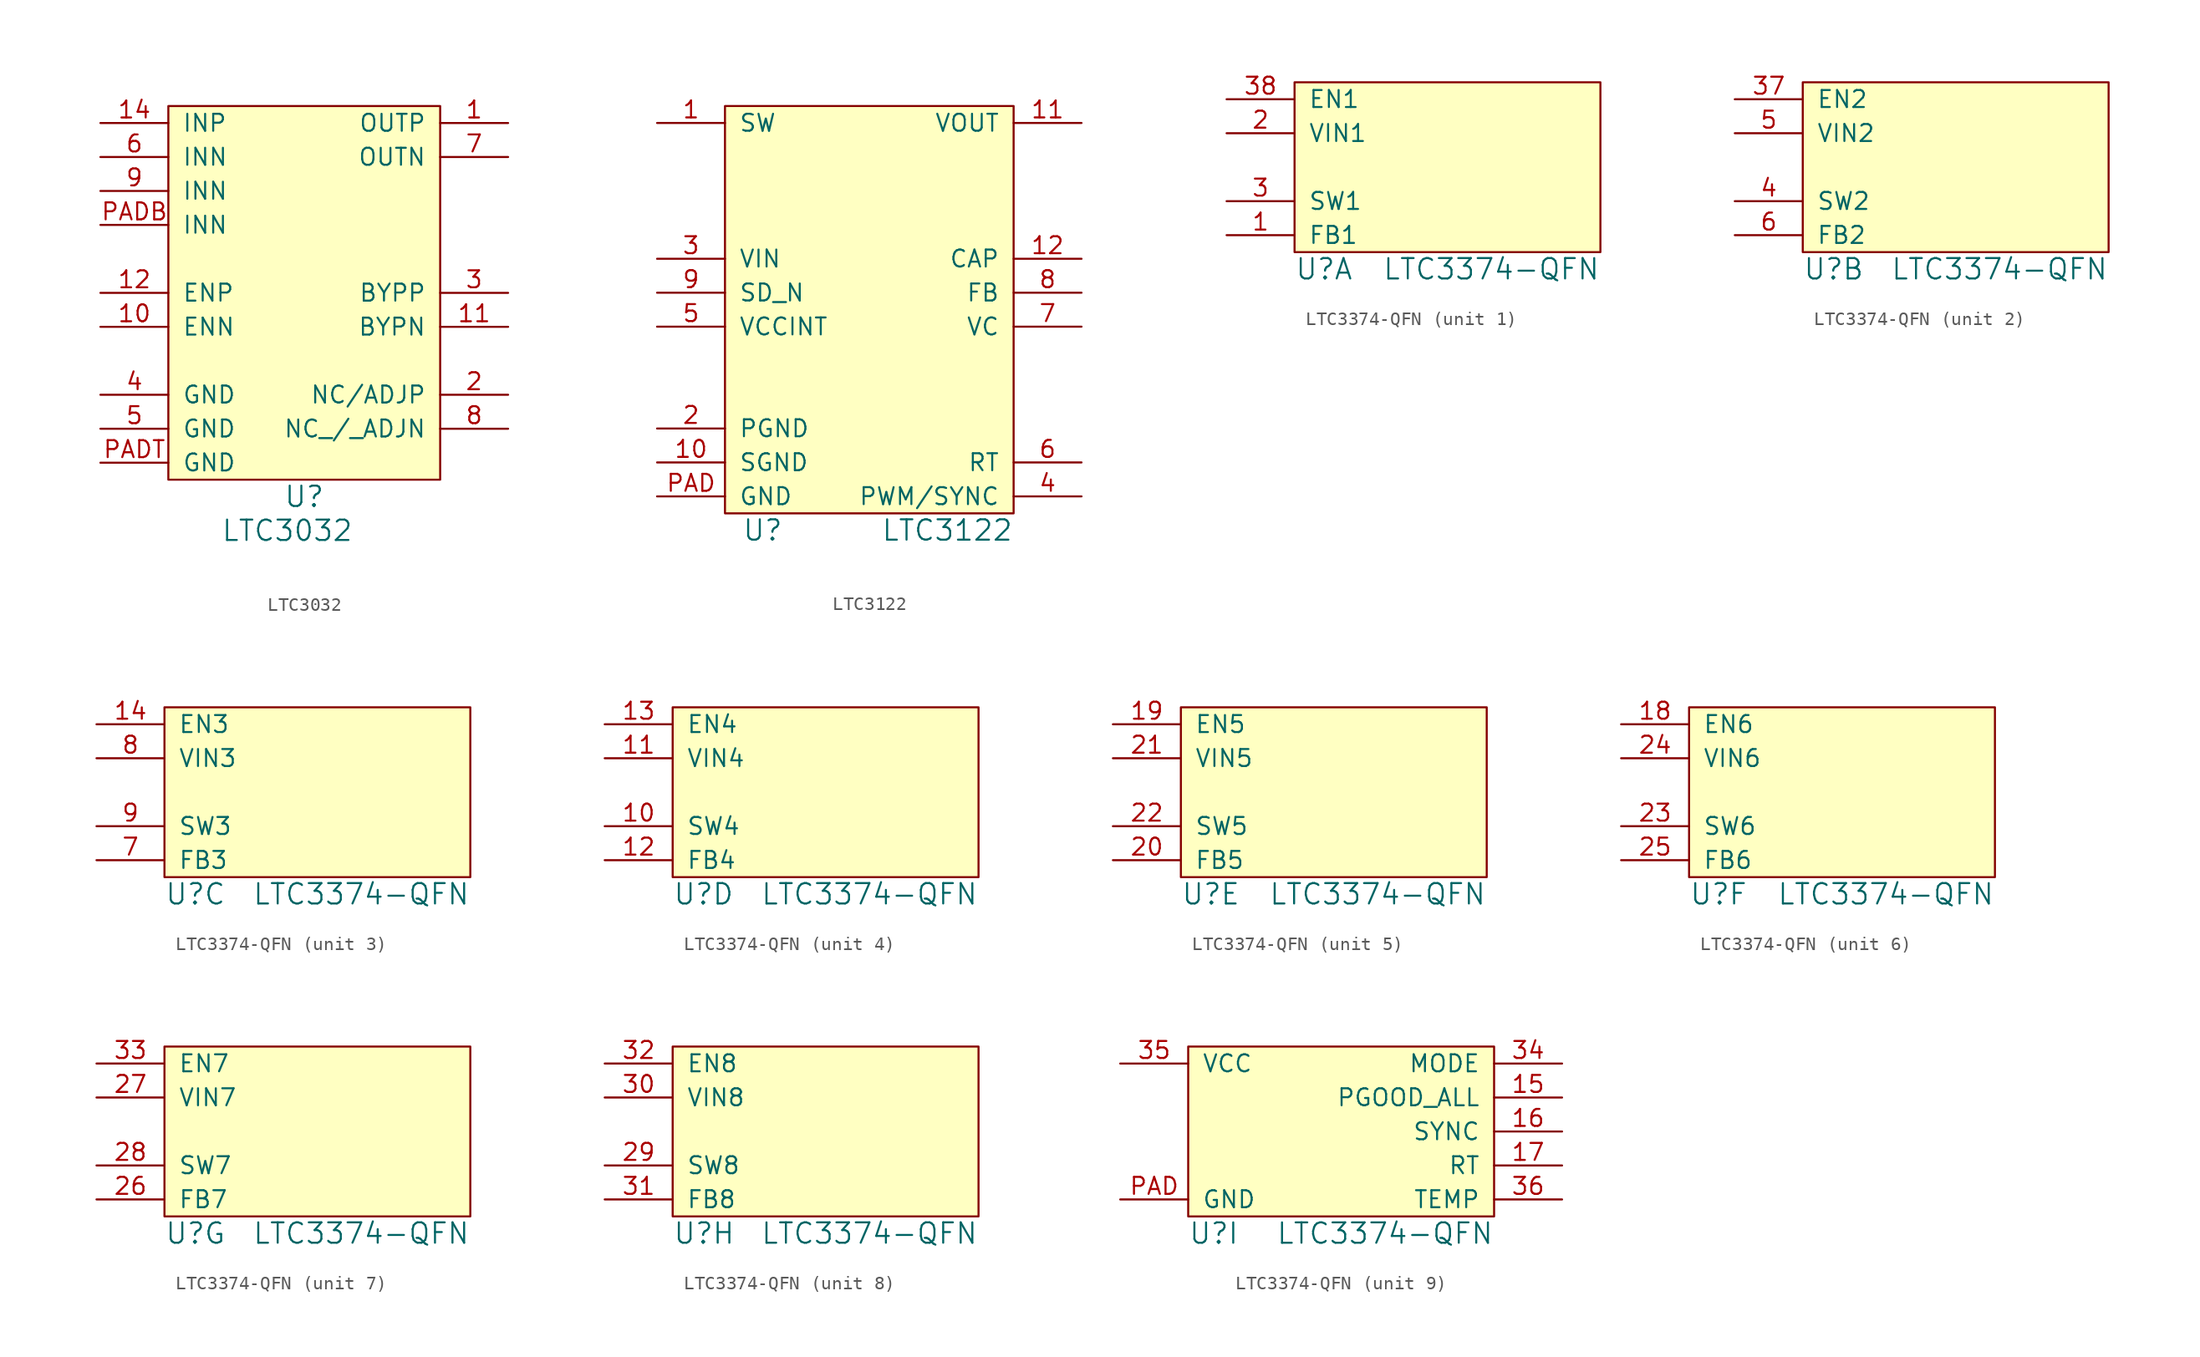
<source format=kicad_sym>
(kicad_symbol_lib
  (version 20231120)
  (generator "kicad_symbol_editor")
  (generator_version "8.0")
  (symbol "LTC3032"
    (pin_names
      (offset 1.016))
    (property "Reference" "U"
      (at 0 -1.27 0)
      (effects (font (size 1.524 1.524))))
    (property "Value" "LTC3032"
      (at -1.27 -3.81 0)
      (effects (font (size 1.524 1.524))))
    (symbol "LTC3032_0_1"
      (rectangle (start -10.16 27.94) (end 10.16 0) (stroke (width 0) (type default)) (fill (type background))))
    (symbol "LTC3032_1_1"
      (pin power_out line (at 15.24 26.67 180) (length 5.08) (name "OUTP" (effects (font (size 1.27 1.27)))) (number "1" (effects (font (size 1.27 1.27)))))
      (pin input line (at -15.24 11.43 0) (length 5.08) (name "ENN" (effects (font (size 1.27 1.27)))) (number "10" (effects (font (size 1.27 1.27)))))
      (pin passive line (at 15.24 11.43 180) (length 5.08) (name "BYPN" (effects (font (size 1.27 1.27)))) (number "11" (effects (font (size 1.27 1.27)))))
      (pin input line (at -15.24 13.97 0) (length 5.08) (name "ENP" (effects (font (size 1.27 1.27)))) (number "12" (effects (font (size 1.27 1.27)))))
      (pin power_in line (at -15.24 26.67 0) (length 5.08) (name "INP" (effects (font (size 1.27 1.27)))) (number "14" (effects (font (size 1.27 1.27)))))
      (pin passive line (at 15.24 6.35 180) (length 5.08) (name "NC/ADJP" (effects (font (size 1.27 1.27)))) (number "2" (effects (font (size 1.27 1.27)))))
      (pin passive line (at 15.24 13.97 180) (length 5.08) (name "BYPP" (effects (font (size 1.27 1.27)))) (number "3" (effects (font (size 1.27 1.27)))))
      (pin power_in line (at -15.24 6.35 0) (length 5.08) (name "GND" (effects (font (size 1.27 1.27)))) (number "4" (effects (font (size 1.27 1.27)))))
      (pin power_in line (at -15.24 3.81 0) (length 5.08) (name "GND" (effects (font (size 1.27 1.27)))) (number "5" (effects (font (size 1.27 1.27)))))
      (pin power_in line (at -15.24 24.13 0) (length 5.08) (name "INN" (effects (font (size 1.27 1.27)))) (number "6" (effects (font (size 1.27 1.27)))))
      (pin power_out line (at 15.24 24.13 180) (length 5.08) (name "OUTN" (effects (font (size 1.27 1.27)))) (number "7" (effects (font (size 1.27 1.27)))))
      (pin passive line (at 15.24 3.81 180) (length 5.08) (name "NC_/_ADJN" (effects (font (size 1.27 1.27)))) (number "8" (effects (font (size 1.27 1.27)))))
      (pin power_in line (at -15.24 21.59 0) (length 5.08) (name "INN" (effects (font (size 1.27 1.27)))) (number "9" (effects (font (size 1.27 1.27)))))
      (pin power_in line (at -15.24 19.05 0) (length 5.08) (name "INN" (effects (font (size 1.27 1.27)))) (number "PADB" (effects (font (size 1.27 1.27)))))
      (pin power_in line (at -15.24 1.27 0) (length 5.08) (name "GND" (effects (font (size 1.27 1.27)))) (number "PADT" (effects (font (size 1.27 1.27)))))))
  (symbol "LTC3122"
    (pin_names
      (offset 1.016))
    (property "Reference" "U"
      (at -7.62 -2.54 0)
      (effects (font (size 1.524 1.524)) (justify left)))
    (property "Value" "LTC3122"
      (at 12.7 -2.54 0)
      (effects (font (size 1.524 1.524)) (justify right)))
    (property "Footprint" ""
      (at 0 0 0)
      (effects (font (size 1.524 1.524))))
    (property "Datasheet" ""
      (at 0 0 0)
      (effects (font (size 1.524 1.524))))
    (symbol "LTC3122_0_1"
      (rectangle (start -8.89 29.21) (end 12.7 -1.27) (stroke (width 0) (type default)) (fill (type background))))
    (symbol "LTC3122_1_1"
      (pin power_out line (at -13.97 27.94 0) (length 5.08) (name "SW" (effects (font (size 1.27 1.27)))) (number "1" (effects (font (size 1.27 1.27)))))
      (pin power_in line (at -13.97 2.54 0) (length 5.08) (name "SGND" (effects (font (size 1.27 1.27)))) (number "10" (effects (font (size 1.27 1.27)))))
      (pin power_out line (at 17.78 27.94 180) (length 5.08) (name "VOUT" (effects (font (size 1.27 1.27)))) (number "11" (effects (font (size 1.27 1.27)))))
      (pin input line (at 17.78 17.78 180) (length 5.08) (name "CAP" (effects (font (size 1.27 1.27)))) (number "12" (effects (font (size 1.27 1.27)))))
      (pin power_in line (at -13.97 5.08 0) (length 5.08) (name "PGND" (effects (font (size 1.27 1.27)))) (number "2" (effects (font (size 1.27 1.27)))))
      (pin power_in line (at -13.97 17.78 0) (length 5.08) (name "VIN" (effects (font (size 1.27 1.27)))) (number "3" (effects (font (size 1.27 1.27)))))
      (pin input line (at 17.78 0 180) (length 5.08) (name "PWM/SYNC" (effects (font (size 1.27 1.27)))) (number "4" (effects (font (size 1.27 1.27)))))
      (pin power_out line (at -13.97 12.7 0) (length 5.08) (name "VCCINT" (effects (font (size 1.27 1.27)))) (number "5" (effects (font (size 1.27 1.27)))))
      (pin input line (at 17.78 2.54 180) (length 5.08) (name "RT" (effects (font (size 1.27 1.27)))) (number "6" (effects (font (size 1.27 1.27)))))
      (pin output line (at 17.78 12.7 180) (length 5.08) (name "VC" (effects (font (size 1.27 1.27)))) (number "7" (effects (font (size 1.27 1.27)))))
      (pin input line (at 17.78 15.24 180) (length 5.08) (name "FB" (effects (font (size 1.27 1.27)))) (number "8" (effects (font (size 1.27 1.27)))))
      (pin input line (at -13.97 15.24 0) (length 5.08) (name "SD_N" (effects (font (size 1.27 1.27)))) (number "9" (effects (font (size 1.27 1.27)))))
      (pin power_in line (at -13.97 0 0) (length 5.08) (name "GND" (effects (font (size 1.27 1.27)))) (number "PAD" (effects (font (size 1.27 1.27)))))))
  (symbol "LTC3374-QFN"
    (pin_names
      (offset 1.016))
    (property "Reference" "U"
      (at 0 -1.27 0)
      (effects (font (size 1.524 1.524)) (justify left)))
    (property "Value" "LTC3374-QFN"
      (at 22.86 -1.27 0)
      (effects (font (size 1.524 1.524)) (justify right)))
    (property "Footprint" ""
      (at 0 0 0)
      (effects (font (size 1.524 1.524))))
    (property "Datasheet" ""
      (at 0 0 0)
      (effects (font (size 1.524 1.524))))
    (property "ki_locked" ""
      (at 0 0 0)
      (effects (font (size 1.27 1.27))))
    (symbol "LTC3374-QFN_0_1"
      (rectangle (start 0 12.7) (end 22.86 0) (stroke (width 0) (type default)) (fill (type background))))
    (symbol "LTC3374-QFN_1_1"
      (pin input line (at -5.08 1.27 0) (length 5.08) (name "FB1" (effects (font (size 1.27 1.27)))) (number "1" (effects (font (size 1.27 1.27)))))
      (pin power_in line (at -5.08 8.89 0) (length 5.08) (name "VIN1" (effects (font (size 1.27 1.27)))) (number "2" (effects (font (size 1.27 1.27)))))
      (pin power_out line (at -5.08 3.81 0) (length 5.08) (name "SW1" (effects (font (size 1.27 1.27)))) (number "3" (effects (font (size 1.27 1.27)))))
      (pin input line (at -5.08 11.43 0) (length 5.08) (name "EN1" (effects (font (size 1.27 1.27)))) (number "38" (effects (font (size 1.27 1.27))))))
    (symbol "LTC3374-QFN_2_1"
      (pin input line (at -5.08 11.43 0) (length 5.08) (name "EN2" (effects (font (size 1.27 1.27)))) (number "37" (effects (font (size 1.27 1.27)))))
      (pin power_out line (at -5.08 3.81 0) (length 5.08) (name "SW2" (effects (font (size 1.27 1.27)))) (number "4" (effects (font (size 1.27 1.27)))))
      (pin power_in line (at -5.08 8.89 0) (length 5.08) (name "VIN2" (effects (font (size 1.27 1.27)))) (number "5" (effects (font (size 1.27 1.27)))))
      (pin input line (at -5.08 1.27 0) (length 5.08) (name "FB2" (effects (font (size 1.27 1.27)))) (number "6" (effects (font (size 1.27 1.27))))))
    (symbol "LTC3374-QFN_3_1"
      (pin input line (at -5.08 11.43 0) (length 5.08) (name "EN3" (effects (font (size 1.27 1.27)))) (number "14" (effects (font (size 1.27 1.27)))))
      (pin input line (at -5.08 1.27 0) (length 5.08) (name "FB3" (effects (font (size 1.27 1.27)))) (number "7" (effects (font (size 1.27 1.27)))))
      (pin power_in line (at -5.08 8.89 0) (length 5.08) (name "VIN3" (effects (font (size 1.27 1.27)))) (number "8" (effects (font (size 1.27 1.27)))))
      (pin power_out line (at -5.08 3.81 0) (length 5.08) (name "SW3" (effects (font (size 1.27 1.27)))) (number "9" (effects (font (size 1.27 1.27))))))
    (symbol "LTC3374-QFN_4_1"
      (pin power_out line (at -5.08 3.81 0) (length 5.08) (name "SW4" (effects (font (size 1.27 1.27)))) (number "10" (effects (font (size 1.27 1.27)))))
      (pin power_in line (at -5.08 8.89 0) (length 5.08) (name "VIN4" (effects (font (size 1.27 1.27)))) (number "11" (effects (font (size 1.27 1.27)))))
      (pin input line (at -5.08 1.27 0) (length 5.08) (name "FB4" (effects (font (size 1.27 1.27)))) (number "12" (effects (font (size 1.27 1.27)))))
      (pin input line (at -5.08 11.43 0) (length 5.08) (name "EN4" (effects (font (size 1.27 1.27)))) (number "13" (effects (font (size 1.27 1.27))))))
    (symbol "LTC3374-QFN_5_1"
      (pin input line (at -5.08 11.43 0) (length 5.08) (name "EN5" (effects (font (size 1.27 1.27)))) (number "19" (effects (font (size 1.27 1.27)))))
      (pin input line (at -5.08 1.27 0) (length 5.08) (name "FB5" (effects (font (size 1.27 1.27)))) (number "20" (effects (font (size 1.27 1.27)))))
      (pin power_in line (at -5.08 8.89 0) (length 5.08) (name "VIN5" (effects (font (size 1.27 1.27)))) (number "21" (effects (font (size 1.27 1.27)))))
      (pin power_out line (at -5.08 3.81 0) (length 5.08) (name "SW5" (effects (font (size 1.27 1.27)))) (number "22" (effects (font (size 1.27 1.27))))))
    (symbol "LTC3374-QFN_6_1"
      (pin input line (at -5.08 11.43 0) (length 5.08) (name "EN6" (effects (font (size 1.27 1.27)))) (number "18" (effects (font (size 1.27 1.27)))))
      (pin power_out line (at -5.08 3.81 0) (length 5.08) (name "SW6" (effects (font (size 1.27 1.27)))) (number "23" (effects (font (size 1.27 1.27)))))
      (pin power_in line (at -5.08 8.89 0) (length 5.08) (name "VIN6" (effects (font (size 1.27 1.27)))) (number "24" (effects (font (size 1.27 1.27)))))
      (pin input line (at -5.08 1.27 0) (length 5.08) (name "FB6" (effects (font (size 1.27 1.27)))) (number "25" (effects (font (size 1.27 1.27))))))
    (symbol "LTC3374-QFN_7_1"
      (pin input line (at -5.08 1.27 0) (length 5.08) (name "FB7" (effects (font (size 1.27 1.27)))) (number "26" (effects (font (size 1.27 1.27)))))
      (pin power_in line (at -5.08 8.89 0) (length 5.08) (name "VIN7" (effects (font (size 1.27 1.27)))) (number "27" (effects (font (size 1.27 1.27)))))
      (pin power_out line (at -5.08 3.81 0) (length 5.08) (name "SW7" (effects (font (size 1.27 1.27)))) (number "28" (effects (font (size 1.27 1.27)))))
      (pin input line (at -5.08 11.43 0) (length 5.08) (name "EN7" (effects (font (size 1.27 1.27)))) (number "33" (effects (font (size 1.27 1.27))))))
    (symbol "LTC3374-QFN_8_1"
      (pin power_out line (at -5.08 3.81 0) (length 5.08) (name "SW8" (effects (font (size 1.27 1.27)))) (number "29" (effects (font (size 1.27 1.27)))))
      (pin power_in line (at -5.08 8.89 0) (length 5.08) (name "VIN8" (effects (font (size 1.27 1.27)))) (number "30" (effects (font (size 1.27 1.27)))))
      (pin input line (at -5.08 1.27 0) (length 5.08) (name "FB8" (effects (font (size 1.27 1.27)))) (number "31" (effects (font (size 1.27 1.27)))))
      (pin input line (at -5.08 11.43 0) (length 5.08) (name "EN8" (effects (font (size 1.27 1.27)))) (number "32" (effects (font (size 1.27 1.27))))))
    (symbol "LTC3374-QFN_9_1"
      (pin open_collector line (at 27.94 8.89 180) (length 5.08) (name "PGOOD_ALL" (effects (font (size 1.27 1.27)))) (number "15" (effects (font (size 1.27 1.27)))))
      (pin input line (at 27.94 6.35 180) (length 5.08) (name "SYNC" (effects (font (size 1.27 1.27)))) (number "16" (effects (font (size 1.27 1.27)))))
      (pin input line (at 27.94 3.81 180) (length 5.08) (name "RT" (effects (font (size 1.27 1.27)))) (number "17" (effects (font (size 1.27 1.27)))))
      (pin input line (at 27.94 11.43 180) (length 5.08) (name "MODE" (effects (font (size 1.27 1.27)))) (number "34" (effects (font (size 1.27 1.27)))))
      (pin power_in line (at -5.08 11.43 0) (length 5.08) (name "VCC" (effects (font (size 1.27 1.27)))) (number "35" (effects (font (size 1.27 1.27)))))
      (pin output line (at 27.94 1.27 180) (length 5.08) (name "TEMP" (effects (font (size 1.27 1.27)))) (number "36" (effects (font (size 1.27 1.27)))))
      (pin power_in line (at -5.08 1.27 0) (length 5.08) (name "GND" (effects (font (size 1.27 1.27)))) (number "PAD" (effects (font (size 1.27 1.27))))))))
</source>
